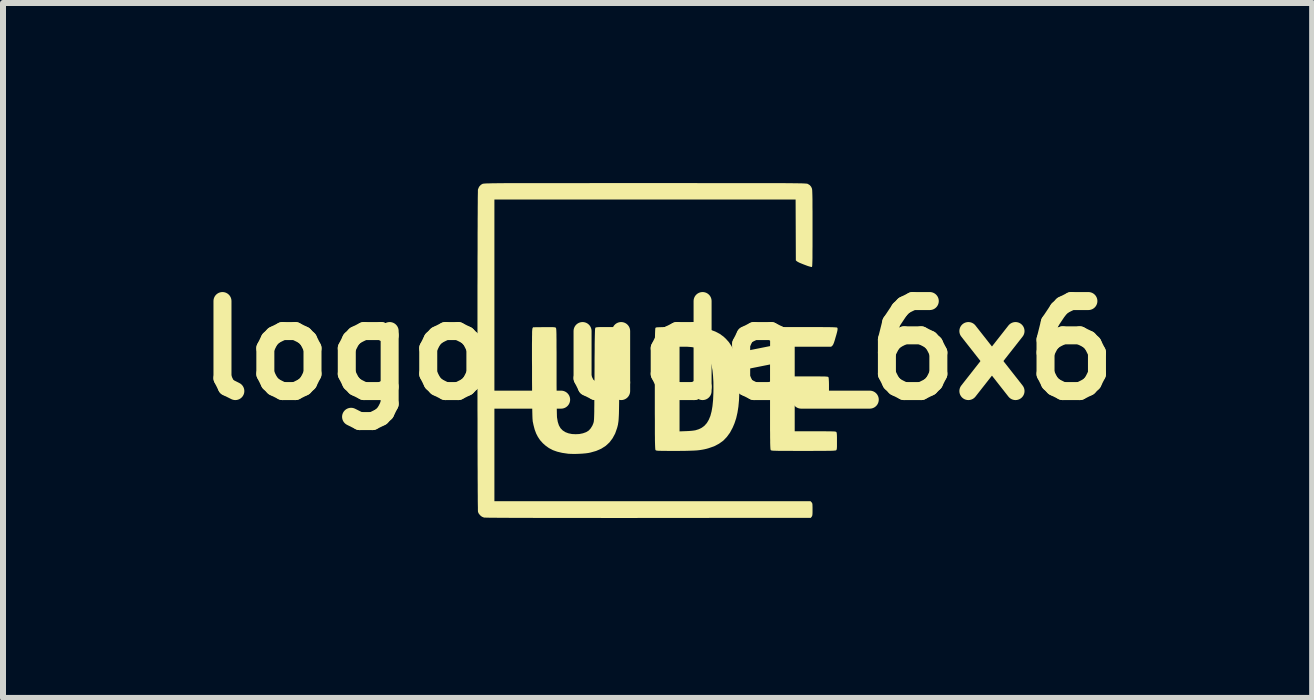
<source format=kicad_pcb>
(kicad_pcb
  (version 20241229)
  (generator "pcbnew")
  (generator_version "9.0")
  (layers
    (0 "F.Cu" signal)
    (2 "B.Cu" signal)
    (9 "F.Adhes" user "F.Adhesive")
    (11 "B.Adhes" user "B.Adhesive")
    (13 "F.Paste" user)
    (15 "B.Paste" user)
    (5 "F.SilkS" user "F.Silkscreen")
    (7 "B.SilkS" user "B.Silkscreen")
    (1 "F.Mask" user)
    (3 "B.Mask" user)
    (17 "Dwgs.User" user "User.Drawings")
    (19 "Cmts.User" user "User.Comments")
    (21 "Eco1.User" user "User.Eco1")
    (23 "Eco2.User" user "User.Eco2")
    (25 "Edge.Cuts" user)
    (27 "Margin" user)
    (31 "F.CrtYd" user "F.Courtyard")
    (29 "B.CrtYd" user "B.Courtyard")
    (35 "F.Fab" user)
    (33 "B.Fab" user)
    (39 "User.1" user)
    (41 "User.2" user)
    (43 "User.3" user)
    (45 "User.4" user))
  (footprint "logo_ude_6x6"
    (layer "F.Cu")
    (at 7.907 2.788)
    (property "Reference" "logo_ude_6x6" (at 0 0 0) (layer "F.SilkS") (effects (font (size 1.5 1.5) (thickness 0.3))))
    (attr board_only exclude_from_pos_files exclude_from_bom)
    (fp_poly (pts (xy 0.371 -0.388) (xy 0.44 -0.388) (xy 0.505 -0.387) (xy 0.564 -0.386) (xy 0.615 -0.384) (xy 0.655 -0.383) (xy 0.682 -0.381) (xy 0.689 -0.38) (xy 0.792 -0.365) (xy 0.883 -0.343) (xy 0.963 -0.313) (xy 1.034 -0.276) (xy 1.098 -0.23) (xy 1.138 -0.193) (xy 1.188 -0.137) (xy 1.231 -0.073) (xy 1.267 -0.001) (xy 1.297 0.079) (xy 1.321 0.169) (xy 1.339 0.271) (xy 1.352 0.384) (xy 1.36 0.511) (xy 1.361 0.569) (xy 1.362 0.704) (xy 1.357 0.827) (xy 1.347 0.937) (xy 1.331 1.038) (xy 1.31 1.13) (xy 1.282 1.215) (xy 1.252 1.286) (xy 1.206 1.372) (xy 1.153 1.444) (xy 1.093 1.506) (xy 1.023 1.556) (xy 0.943 1.598) (xy 0.851 1.63) (xy 0.812 1.641) (xy 0.777 1.649) (xy 0.74 1.656) (xy 0.7 1.662) (xy 0.655 1.667) (xy 0.604 1.67) (xy 0.545 1.672) (xy 0.476 1.674) (xy 0.395 1.675) (xy 0.302 1.676) (xy 0.278 1.676) (xy 0.202 1.676) (xy 0.141 1.675) (xy 0.091 1.675) (xy 0.053 1.674) (xy 0.023 1.674) (xy 0.002 1.672) (xy -0.013 1.671) (xy -0.022 1.668) (xy -0.029 1.666) (xy -0.033 1.662) (xy -0.033 1.662) (xy -0.035 1.659) (xy -0.037 1.654) (xy -0.038 1.646) (xy -0.039 1.635) (xy -0.04 1.62) (xy -0.041 1.599) (xy -0.042 1.573) (xy -0.043 1.539) (xy -0.044 1.499) (xy -0.044 1.45) (xy -0.045 1.393) (xy -0.045 1.326) (xy -0.045 1.248) (xy -0.045 1.159) (xy -0.046 1.058) (xy -0.046 0.945) (xy -0.046 0.818) (xy -0.046 0.676) (xy -0.046 0.645) (xy 0.366 0.645) (xy 0.366 1.35) (xy 0.474 1.346) (xy 0.517 1.344) (xy 0.559 1.341) (xy 0.595 1.337) (xy 0.621 1.333) (xy 0.625 1.333) (xy 0.684 1.315) (xy 0.737 1.289) (xy 0.782 1.255) (xy 0.821 1.211) (xy 0.853 1.157) (xy 0.88 1.092) (xy 0.9 1.016) (xy 0.915 0.928) (xy 0.925 0.827) (xy 0.93 0.712) (xy 0.931 0.64) (xy 0.93 0.525) (xy 0.924 0.424) (xy 0.915 0.335) (xy 0.901 0.258) (xy 0.882 0.192) (xy 0.859 0.135) (xy 0.83 0.087) (xy 0.796 0.046) (xy 0.787 0.038) (xy 0.743 0.003) (xy 0.692 -0.024) (xy 0.633 -0.044) (xy 0.565 -0.055) (xy 0.485 -0.061) (xy 0.456 -0.061) (xy 0.366 -0.061) (xy 0.366 0.645) (xy -0.046 0.645) (xy -0.046 0.642) (xy -0.046 0.496) (xy -0.046 0.366) (xy -0.046 0.249) (xy -0.045 0.145) (xy -0.045 0.053) (xy -0.045 -0.028) (xy -0.045 -0.097) (xy -0.044 -0.157) (xy -0.044 -0.208) (xy -0.043 -0.25) (xy -0.042 -0.285) (xy -0.041 -0.313) (xy -0.04 -0.334) (xy -0.039 -0.35) (xy -0.038 -0.362) (xy -0.037 -0.37) (xy -0.035 -0.374) (xy -0.034 -0.376) (xy -0.029 -0.379) (xy -0.022 -0.382) (xy -0.009 -0.384) (xy 0.009 -0.385) (xy 0.035 -0.386) (xy 0.069 -0.387) (xy 0.114 -0.388) (xy 0.17 -0.388) (xy 0.239 -0.388) (xy 0.299 -0.388)) (stroke (width 0) (type solid)) (fill yes) (layer "F.SilkS"))
    (fp_poly (pts (xy 2.55 -0.388) (xy 2.646 -0.388) (xy 2.729 -0.388) (xy 2.798 -0.387) (xy 2.856 -0.387) (xy 2.902 -0.386) (xy 2.937 -0.385) (xy 2.964 -0.383) (xy 2.981 -0.382) (xy 2.99 -0.38) (xy 2.992 -0.379) (xy 2.997 -0.372) (xy 2.999 -0.363) (xy 2.999 -0.349) (xy 2.996 -0.328) (xy 2.989 -0.298) (xy 2.978 -0.257) (xy 2.966 -0.217) (xy 2.952 -0.168) (xy 2.94 -0.131) (xy 2.93 -0.106) (xy 2.921 -0.089) (xy 2.913 -0.078) (xy 2.912 -0.078) (xy 2.893 -0.061) (xy 2.589 -0.061) (xy 2.285 -0.061) (xy 2.285 0.187) (xy 2.285 0.434) (xy 2.563 0.434) (xy 2.635 0.434) (xy 2.694 0.434) (xy 2.74 0.435) (xy 2.776 0.435) (xy 2.802 0.436) (xy 2.821 0.438) (xy 2.833 0.439) (xy 2.841 0.442) (xy 2.845 0.445) (xy 2.848 0.449) (xy 2.848 0.449) (xy 2.851 0.462) (xy 2.853 0.487) (xy 2.855 0.524) (xy 2.856 0.569) (xy 2.856 0.601) (xy 2.856 0.65) (xy 2.856 0.685) (xy 2.855 0.711) (xy 2.853 0.727) (xy 2.85 0.738) (xy 2.846 0.744) (xy 2.84 0.749) (xy 2.839 0.75) (xy 2.833 0.753) (xy 2.823 0.756) (xy 2.808 0.758) (xy 2.786 0.759) (xy 2.757 0.76) (xy 2.717 0.761) (xy 2.667 0.761) (xy 2.603 0.762) (xy 2.554 0.762) (xy 2.285 0.762) (xy 2.285 1.055) (xy 2.285 1.348) (xy 2.627 1.348) (xy 2.708 1.348) (xy 2.776 1.348) (xy 2.831 1.349) (xy 2.875 1.349) (xy 2.909 1.35) (xy 2.935 1.351) (xy 2.953 1.352) (xy 2.965 1.354) (xy 2.973 1.357) (xy 2.978 1.359) (xy 2.979 1.361) (xy 2.983 1.369) (xy 2.986 1.385) (xy 2.988 1.41) (xy 2.989 1.446) (xy 2.989 1.494) (xy 2.989 1.514) (xy 2.989 1.563) (xy 2.989 1.6) (xy 2.988 1.626) (xy 2.986 1.643) (xy 2.983 1.654) (xy 2.979 1.661) (xy 2.975 1.665) (xy 2.97 1.667) (xy 2.961 1.669) (xy 2.946 1.67) (xy 2.926 1.672) (xy 2.898 1.673) (xy 2.863 1.674) (xy 2.817 1.674) (xy 2.762 1.675) (xy 2.695 1.675) (xy 2.617 1.675) (xy 2.524 1.676) (xy 2.429 1.676) (xy 2.326 1.676) (xy 2.238 1.675) (xy 2.162 1.675) (xy 2.098 1.675) (xy 2.046 1.675) (xy 2.003 1.674) (xy 1.969 1.673) (xy 1.942 1.673) (xy 1.923 1.671) (xy 1.908 1.67) (xy 1.899 1.668) (xy 1.892 1.666) (xy 1.888 1.664) (xy 1.886 1.662) (xy 1.884 1.659) (xy 1.883 1.654) (xy 1.881 1.646) (xy 1.88 1.635) (xy 1.879 1.62) (xy 1.878 1.599) (xy 1.877 1.573) (xy 1.876 1.539) (xy 1.876 1.499) (xy 1.875 1.45) (xy 1.875 1.393) (xy 1.874 1.326) (xy 1.874 1.248) (xy 1.874 1.159) (xy 1.874 1.058) (xy 1.874 0.945) (xy 1.874 0.818) (xy 1.874 0.676) (xy 1.874 0.642) (xy 1.874 0.496) (xy 1.874 0.366) (xy 1.874 0.249) (xy 1.874 0.145) (xy 1.874 0.053) (xy 1.874 -0.028) (xy 1.875 -0.097) (xy 1.875 -0.157) (xy 1.876 -0.208) (xy 1.876 -0.25) (xy 1.877 -0.285) (xy 1.878 -0.313) (xy 1.879 -0.334) (xy 1.88 -0.35) (xy 1.881 -0.362) (xy 1.883 -0.37) (xy 1.884 -0.374) (xy 1.886 -0.376) (xy 1.889 -0.379) (xy 1.896 -0.381) (xy 1.906 -0.382) (xy 1.921 -0.384) (xy 1.942 -0.385) (xy 1.97 -0.386) (xy 2.007 -0.387) (xy 2.052 -0.387) (xy 2.108 -0.388) (xy 2.174 -0.388) (xy 2.253 -0.388) (xy 2.345 -0.388) (xy 2.44 -0.388)) (stroke (width 0) (type solid)) (fill yes) (layer "F.SilkS"))
    (fp_poly (pts (xy -0.787 -0.388) (xy -0.741 -0.388) (xy -0.708 -0.387) (xy -0.684 -0.386) (xy -0.668 -0.383) (xy -0.658 -0.38) (xy -0.652 -0.377) (xy -0.652 -0.376) (xy -0.65 -0.373) (xy -0.648 -0.367) (xy -0.646 -0.358) (xy -0.645 -0.344) (xy -0.644 -0.325) (xy -0.643 -0.3) (xy -0.642 -0.267) (xy -0.641 -0.226) (xy -0.641 -0.177) (xy -0.64 -0.117) (xy -0.64 -0.047) (xy -0.64 0.035) (xy -0.64 0.129) (xy -0.64 0.236) (xy -0.64 0.358) (xy -0.64 0.364) (xy -0.64 0.493) (xy -0.64 0.608) (xy -0.64 0.71) (xy -0.64 0.799) (xy -0.641 0.877) (xy -0.642 0.945) (xy -0.643 1.003) (xy -0.644 1.053) (xy -0.646 1.096) (xy -0.648 1.133) (xy -0.65 1.164) (xy -0.653 1.191) (xy -0.657 1.215) (xy -0.66 1.237) (xy -0.665 1.257) (xy -0.67 1.277) (xy -0.675 1.295) (xy -0.707 1.386) (xy -0.75 1.465) (xy -0.802 1.534) (xy -0.865 1.592) (xy -0.939 1.639) (xy -1.024 1.676) (xy -1.12 1.703) (xy -1.154 1.71) (xy -1.2 1.716) (xy -1.256 1.721) (xy -1.317 1.724) (xy -1.378 1.726) (xy -1.435 1.725) (xy -1.483 1.723) (xy -1.493 1.722) (xy -1.589 1.708) (xy -1.673 1.688) (xy -1.746 1.662) (xy -1.812 1.627) (xy -1.871 1.584) (xy -1.912 1.547) (xy -1.957 1.497) (xy -1.993 1.444) (xy -2.023 1.386) (xy -2.048 1.319) (xy -2.068 1.242) (xy -2.076 1.203) (xy -2.079 1.191) (xy -2.081 1.177) (xy -2.082 1.16) (xy -2.084 1.139) (xy -2.085 1.114) (xy -2.086 1.082) (xy -2.087 1.044) (xy -2.088 0.998) (xy -2.089 0.944) (xy -2.089 0.88) (xy -2.09 0.805) (xy -2.091 0.719) (xy -2.091 0.621) (xy -2.092 0.509) (xy -2.092 0.396) (xy -2.092 0.269) (xy -2.093 0.156) (xy -2.093 0.056) (xy -2.093 -0.03) (xy -2.093 -0.104) (xy -2.092 -0.168) (xy -2.092 -0.221) (xy -2.091 -0.264) (xy -2.091 -0.298) (xy -2.09 -0.325) (xy -2.088 -0.344) (xy -2.087 -0.357) (xy -2.085 -0.364) (xy -2.085 -0.366) (xy -2.075 -0.385) (xy -1.891 -0.387) (xy -1.833 -0.387) (xy -1.787 -0.387) (xy -1.754 -0.387) (xy -1.729 -0.386) (xy -1.713 -0.384) (xy -1.703 -0.381) (xy -1.696 -0.378) (xy -1.695 -0.377) (xy -1.693 -0.373) (xy -1.691 -0.368) (xy -1.69 -0.358) (xy -1.688 -0.345) (xy -1.687 -0.326) (xy -1.686 -0.301) (xy -1.685 -0.269) (xy -1.685 -0.228) (xy -1.684 -0.179) (xy -1.684 -0.12) (xy -1.684 -0.05) (xy -1.683 0.031) (xy -1.683 0.125) (xy -1.683 0.233) (xy -1.683 0.345) (xy -1.683 0.465) (xy -1.683 0.577) (xy -1.682 0.681) (xy -1.682 0.777) (xy -1.681 0.863) (xy -1.68 0.938) (xy -1.679 1.002) (xy -1.678 1.053) (xy -1.677 1.092) (xy -1.676 1.116) (xy -1.675 1.121) (xy -1.663 1.192) (xy -1.644 1.25) (xy -1.617 1.297) (xy -1.581 1.334) (xy -1.538 1.362) (xy -1.486 1.382) (xy -1.427 1.394) (xy -1.365 1.397) (xy -1.303 1.394) (xy -1.244 1.382) (xy -1.191 1.363) (xy -1.149 1.337) (xy -1.146 1.335) (xy -1.114 1.299) (xy -1.086 1.253) (xy -1.071 1.217) (xy -1.069 1.209) (xy -1.066 1.201) (xy -1.064 1.192) (xy -1.062 1.18) (xy -1.061 1.166) (xy -1.059 1.148) (xy -1.058 1.125) (xy -1.057 1.097) (xy -1.056 1.062) (xy -1.055 1.019) (xy -1.055 0.968) (xy -1.054 0.907) (xy -1.054 0.836) (xy -1.053 0.754) (xy -1.052 0.659) (xy -1.052 0.551) (xy -1.051 0.429) (xy -1.051 0.403) (xy -1.05 0.275) (xy -1.05 0.161) (xy -1.049 0.061) (xy -1.048 -0.026) (xy -1.048 -0.102) (xy -1.047 -0.166) (xy -1.046 -0.22) (xy -1.045 -0.264) (xy -1.044 -0.3) (xy -1.043 -0.327) (xy -1.042 -0.348) (xy -1.04 -0.362) (xy -1.039 -0.371) (xy -1.037 -0.376) (xy -1.037 -0.376) (xy -1.032 -0.38) (xy -1.024 -0.383) (xy -1.01 -0.385) (xy -0.989 -0.387) (xy -0.959 -0.388) (xy -0.919 -0.388) (xy -0.865 -0.388) (xy -0.845 -0.388)) (stroke (width 0) (type solid)) (fill yes) (layer "F.SilkS"))
    (fp_poly (pts (xy 0.033 -2.788) (xy 0.259 -2.788) (xy 0.47 -2.788) (xy 0.667 -2.787) (xy 0.851 -2.787) (xy 1.022 -2.787) (xy 1.181 -2.787) (xy 1.328 -2.787) (xy 1.463 -2.787) (xy 1.587 -2.787) (xy 1.701 -2.787) (xy 1.805 -2.787) (xy 1.899 -2.786) (xy 1.985 -2.786) (xy 2.061 -2.786) (xy 2.13 -2.786) (xy 2.19 -2.785) (xy 2.244 -2.785) (xy 2.291 -2.784) (xy 2.332 -2.784) (xy 2.366 -2.783) (xy 2.396 -2.783) (xy 2.421 -2.782) (xy 2.441 -2.781) (xy 2.458 -2.78) (xy 2.471 -2.779) (xy 2.481 -2.779) (xy 2.489 -2.777) (xy 2.495 -2.776) (xy 2.499 -2.775) (xy 2.502 -2.774) (xy 2.504 -2.773) (xy 2.536 -2.753) (xy 2.558 -2.727) (xy 2.57 -2.702) (xy 2.572 -2.695) (xy 2.574 -2.686) (xy 2.576 -2.673) (xy 2.577 -2.654) (xy 2.578 -2.63) (xy 2.579 -2.6) (xy 2.58 -2.561) (xy 2.581 -2.514) (xy 2.581 -2.457) (xy 2.581 -2.389) (xy 2.582 -2.31) (xy 2.582 -2.217) (xy 2.582 -2.112) (xy 2.582 -2.034) (xy 2.582 -1.919) (xy 2.582 -1.819) (xy 2.582 -1.732) (xy 2.581 -1.657) (xy 2.581 -1.594) (xy 2.581 -1.542) (xy 2.58 -1.499) (xy 2.579 -1.465) (xy 2.578 -1.438) (xy 2.577 -1.418) (xy 2.576 -1.405) (xy 2.574 -1.396) (xy 2.572 -1.391) (xy 2.57 -1.389) (xy 2.559 -1.39) (xy 2.536 -1.396) (xy 2.505 -1.405) (xy 2.47 -1.418) (xy 2.433 -1.432) (xy 2.396 -1.447) (xy 2.364 -1.46) (xy 2.339 -1.473) (xy 2.324 -1.482) (xy 2.324 -1.482) (xy 2.304 -1.499) (xy 2.302 -2.006) (xy 2.3 -2.513) (xy -0.21 -2.513) (xy -2.719 -2.513) (xy -2.719 0) (xy -2.719 2.513) (xy -0.085 2.513) (xy 2.549 2.513) (xy 2.565 2.531) (xy 2.572 2.539) (xy 2.577 2.549) (xy 2.58 2.563) (xy 2.581 2.584) (xy 2.582 2.616) (xy 2.582 2.652) (xy 2.582 2.695) (xy 2.581 2.725) (xy 2.579 2.746) (xy 2.575 2.76) (xy 2.57 2.769) (xy 2.567 2.773) (xy 2.553 2.791) (xy -0.154 2.792) (xy -0.406 2.793) (xy -0.648 2.793) (xy -0.879 2.793) (xy -1.099 2.792) (xy -1.308 2.792) (xy -1.504 2.792) (xy -1.689 2.792) (xy -1.861 2.792) (xy -2.021 2.792) (xy -2.169 2.791) (xy -2.303 2.791) (xy -2.424 2.791) (xy -2.532 2.79) (xy -2.626 2.79) (xy -2.707 2.789) (xy -2.773 2.789) (xy -2.825 2.788) (xy -2.863 2.787) (xy -2.885 2.787) (xy -2.892 2.786) (xy -2.927 2.772) (xy -2.958 2.747) (xy -2.982 2.716) (xy -2.992 2.692) (xy -2.993 2.682) (xy -2.994 2.657) (xy -2.994 2.618) (xy -2.995 2.566) (xy -2.996 2.502) (xy -2.996 2.425) (xy -2.997 2.338) (xy -2.997 2.239) (xy -2.998 2.131) (xy -2.998 2.014) (xy -2.999 1.888) (xy -2.999 1.755) (xy -3 1.614) (xy -3 1.466) (xy -3 1.313) (xy -3 1.155) (xy -3.001 0.992) (xy -3.001 0.825) (xy -3.001 0.655) (xy -3.001 0.483) (xy -3.001 0.308) (xy -3.001 0.133) (xy -3.001 -0.043) (xy -3.001 -0.219) (xy -3.001 -0.394) (xy -3.001 -0.567) (xy -3.001 -0.738) (xy -3.001 -0.906) (xy -3.001 -1.071) (xy -3 -1.232) (xy -3 -1.387) (xy -3 -1.538) (xy -2.999 -1.682) (xy -2.999 -1.819) (xy -2.999 -1.948) (xy -2.998 -2.07) (xy -2.998 -2.182) (xy -2.997 -2.285) (xy -2.997 -2.378) (xy -2.996 -2.459) (xy -2.996 -2.529) (xy -2.995 -2.587) (xy -2.994 -2.632) (xy -2.994 -2.664) (xy -2.993 -2.681) (xy -2.992 -2.684) (xy -2.974 -2.726) (xy -2.945 -2.758) (xy -2.921 -2.772) (xy -2.918 -2.774) (xy -2.914 -2.775) (xy -2.91 -2.776) (xy -2.905 -2.777) (xy -2.897 -2.778) (xy -2.888 -2.779) (xy -2.875 -2.78) (xy -2.86 -2.781) (xy -2.84 -2.782) (xy -2.817 -2.782) (xy -2.789 -2.783) (xy -2.755 -2.784) (xy -2.716 -2.784) (xy -2.671 -2.785) (xy -2.62 -2.785) (xy -2.561 -2.786) (xy -2.495 -2.786) (xy -2.421 -2.786) (xy -2.338 -2.786) (xy -2.247 -2.787) (xy -2.146 -2.787) (xy -2.035 -2.787) (xy -1.914 -2.787) (xy -1.782 -2.787) (xy -1.639 -2.787) (xy -1.484 -2.787) (xy -1.317 -2.787) (xy -1.137 -2.787) (xy -0.944 -2.788) (xy -0.737 -2.788) (xy -0.516 -2.788) (xy -0.28 -2.788) (xy -0.207 -2.788)) (stroke (width 0) (type solid)) (fill yes) (layer "F.SilkS")))
  (gr_rect
    (start -3 -3)
    (end 18.814 8.58)
    (stroke (width 0.1) (type default))
    (fill no)
    (layer "Edge.Cuts")))
</source>
